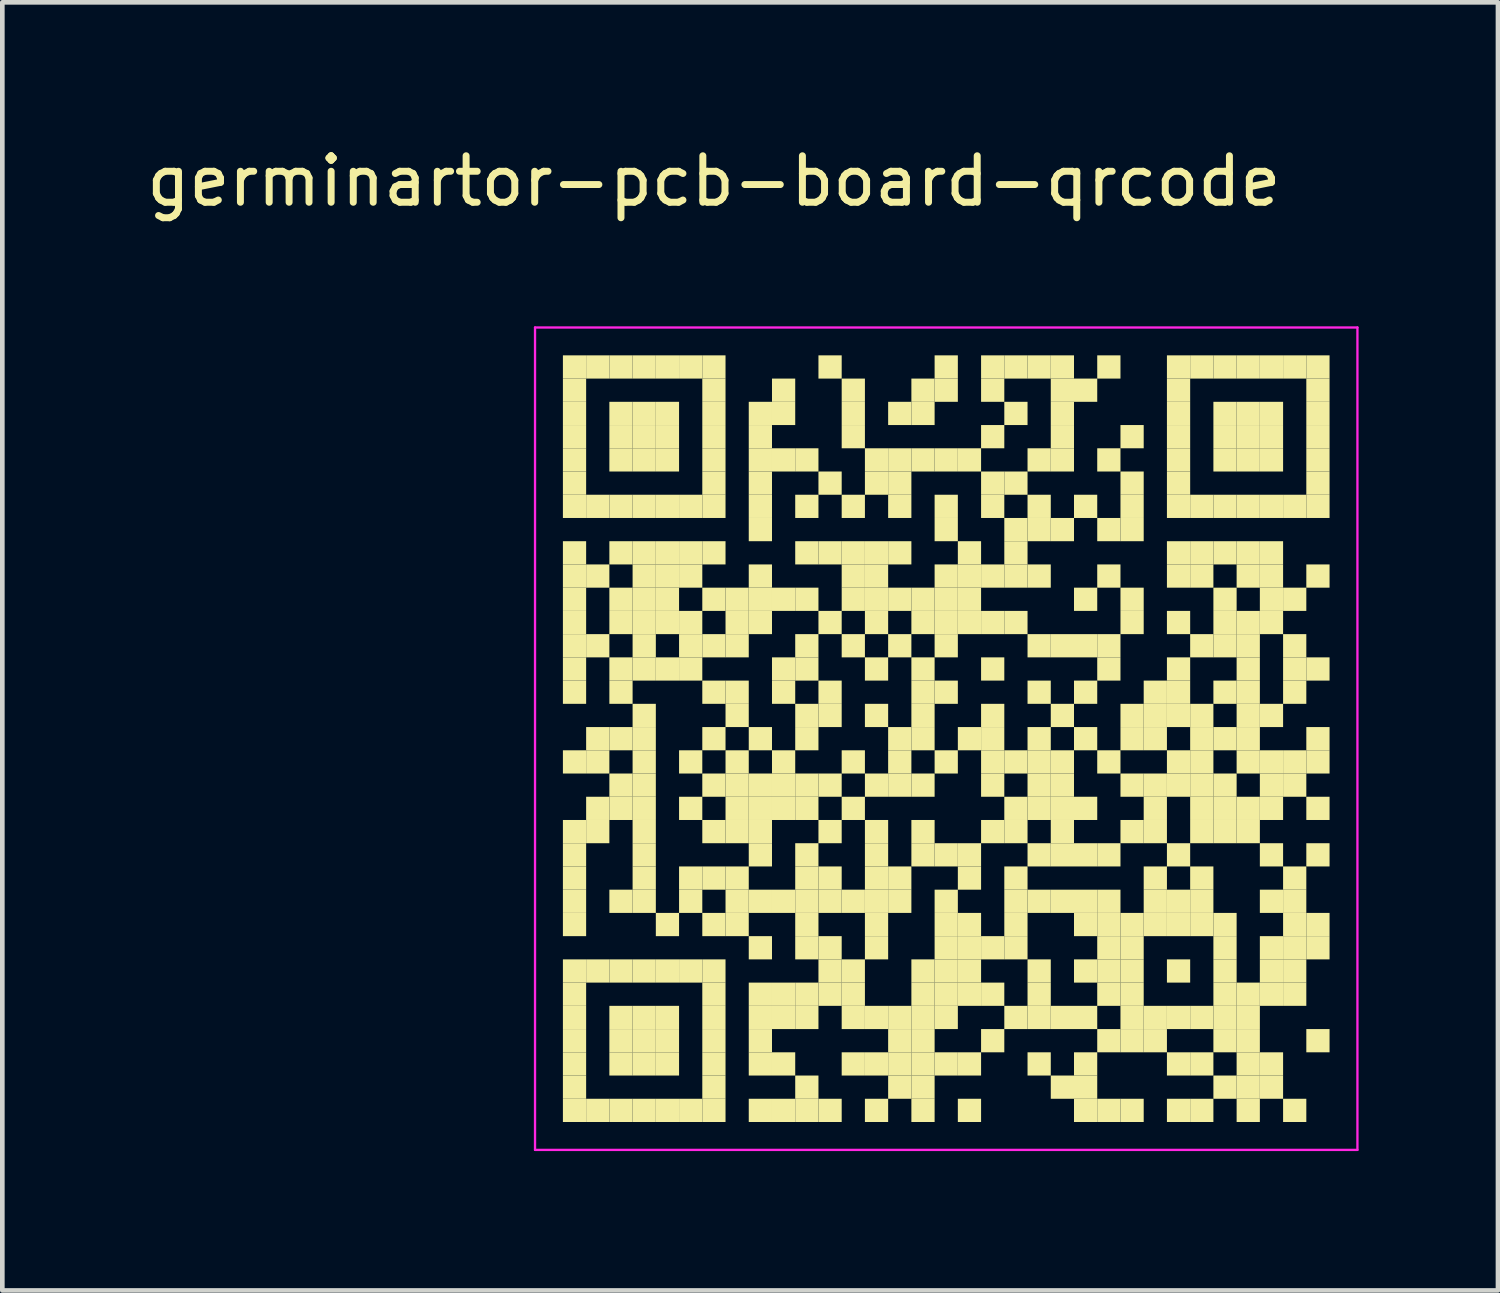
<source format=kicad_pcb>
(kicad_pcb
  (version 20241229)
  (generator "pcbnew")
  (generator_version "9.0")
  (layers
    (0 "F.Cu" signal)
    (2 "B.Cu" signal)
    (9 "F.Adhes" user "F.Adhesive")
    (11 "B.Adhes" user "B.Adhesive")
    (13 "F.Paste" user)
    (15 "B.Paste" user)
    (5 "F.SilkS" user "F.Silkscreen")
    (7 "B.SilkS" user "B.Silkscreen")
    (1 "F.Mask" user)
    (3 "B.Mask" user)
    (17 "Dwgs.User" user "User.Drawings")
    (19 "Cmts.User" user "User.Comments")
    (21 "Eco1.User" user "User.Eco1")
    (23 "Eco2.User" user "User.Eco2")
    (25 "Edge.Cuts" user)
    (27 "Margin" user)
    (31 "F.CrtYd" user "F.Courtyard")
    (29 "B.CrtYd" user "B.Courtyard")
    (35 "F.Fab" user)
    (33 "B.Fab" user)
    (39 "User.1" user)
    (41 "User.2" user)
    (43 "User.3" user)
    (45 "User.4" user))
  (footprint "germinartor-pcb-board-qrcode"
    (layer "F.Cu")
    (at 17.315 12.848)
    (property "Reference" "germinartor-pcb-board-qrcode" (at -5 -12 0) (layer "F.SilkS") (effects (font (size 1 1) (thickness 0.15))))
    (fp_rect (start -8.25 -8.25) (end -7.75 -7.75) (stroke (width 0) (type default)) (fill yes) (layer "F.SilkS"))
    (fp_rect (start -8.25 -7.75) (end -7.75 -7.25) (stroke (width 0) (type default)) (fill yes) (layer "F.SilkS"))
    (fp_rect (start -8.25 -7.25) (end -7.75 -6.75) (stroke (width 0) (type default)) (fill yes) (layer "F.SilkS"))
    (fp_rect (start -8.25 -6.75) (end -7.75 -6.25) (stroke (width 0) (type default)) (fill yes) (layer "F.SilkS"))
    (fp_rect (start -8.25 -6.25) (end -7.75 -5.75) (stroke (width 0) (type default)) (fill yes) (layer "F.SilkS"))
    (fp_rect (start -8.25 -5.75) (end -7.75 -5.25) (stroke (width 0) (type default)) (fill yes) (layer "F.SilkS"))
    (fp_rect (start -8.25 -5.25) (end -7.75 -4.75) (stroke (width 0) (type default)) (fill yes) (layer "F.SilkS"))
    (fp_rect (start -8.25 -4.25) (end -7.75 -3.75) (stroke (width 0) (type default)) (fill yes) (layer "F.SilkS"))
    (fp_rect (start -8.25 -3.75) (end -7.75 -3.25) (stroke (width 0) (type default)) (fill yes) (layer "F.SilkS"))
    (fp_rect (start -8.25 -3.25) (end -7.75 -2.75) (stroke (width 0) (type default)) (fill yes) (layer "F.SilkS"))
    (fp_rect (start -8.25 -2.75) (end -7.75 -2.25) (stroke (width 0) (type default)) (fill yes) (layer "F.SilkS"))
    (fp_rect (start -8.25 -2.25) (end -7.75 -1.75) (stroke (width 0) (type default)) (fill yes) (layer "F.SilkS"))
    (fp_rect (start -8.25 -1.75) (end -7.75 -1.25) (stroke (width 0) (type default)) (fill yes) (layer "F.SilkS"))
    (fp_rect (start -8.25 -1.25) (end -7.75 -0.75) (stroke (width 0) (type default)) (fill yes) (layer "F.SilkS"))
    (fp_rect (start -8.25 0.25) (end -7.75 0.75) (stroke (width 0) (type default)) (fill yes) (layer "F.SilkS"))
    (fp_rect (start -8.25 1.75) (end -7.75 2.25) (stroke (width 0) (type default)) (fill yes) (layer "F.SilkS"))
    (fp_rect (start -8.25 2.25) (end -7.75 2.75) (stroke (width 0) (type default)) (fill yes) (layer "F.SilkS"))
    (fp_rect (start -8.25 2.75) (end -7.75 3.25) (stroke (width 0) (type default)) (fill yes) (layer "F.SilkS"))
    (fp_rect (start -8.25 3.25) (end -7.75 3.75) (stroke (width 0) (type default)) (fill yes) (layer "F.SilkS"))
    (fp_rect (start -8.25 3.75) (end -7.75 4.25) (stroke (width 0) (type default)) (fill yes) (layer "F.SilkS"))
    (fp_rect (start -8.25 4.75) (end -7.75 5.25) (stroke (width 0) (type default)) (fill yes) (layer "F.SilkS"))
    (fp_rect (start -8.25 5.25) (end -7.75 5.75) (stroke (width 0) (type default)) (fill yes) (layer "F.SilkS"))
    (fp_rect (start -8.25 5.75) (end -7.75 6.25) (stroke (width 0) (type default)) (fill yes) (layer "F.SilkS"))
    (fp_rect (start -8.25 6.25) (end -7.75 6.75) (stroke (width 0) (type default)) (fill yes) (layer "F.SilkS"))
    (fp_rect (start -8.25 6.75) (end -7.75 7.25) (stroke (width 0) (type default)) (fill yes) (layer "F.SilkS"))
    (fp_rect (start -8.25 7.25) (end -7.75 7.75) (stroke (width 0) (type default)) (fill yes) (layer "F.SilkS"))
    (fp_rect (start -8.25 7.75) (end -7.75 8.25) (stroke (width 0) (type default)) (fill yes) (layer "F.SilkS"))
    (fp_rect (start -7.75 -8.25) (end -7.25 -7.75) (stroke (width 0) (type default)) (fill yes) (layer "F.SilkS"))
    (fp_rect (start -7.75 -5.25) (end -7.25 -4.75) (stroke (width 0) (type default)) (fill yes) (layer "F.SilkS"))
    (fp_rect (start -7.75 -3.75) (end -7.25 -3.25) (stroke (width 0) (type default)) (fill yes) (layer "F.SilkS"))
    (fp_rect (start -7.75 -2.25) (end -7.25 -1.75) (stroke (width 0) (type default)) (fill yes) (layer "F.SilkS"))
    (fp_rect (start -7.75 -0.25) (end -7.25 0.25) (stroke (width 0) (type default)) (fill yes) (layer "F.SilkS"))
    (fp_rect (start -7.75 0.25) (end -7.25 0.75) (stroke (width 0) (type default)) (fill yes) (layer "F.SilkS"))
    (fp_rect (start -7.75 1.25) (end -7.25 1.75) (stroke (width 0) (type default)) (fill yes) (layer "F.SilkS"))
    (fp_rect (start -7.75 1.75) (end -7.25 2.25) (stroke (width 0) (type default)) (fill yes) (layer "F.SilkS"))
    (fp_rect (start -7.75 4.75) (end -7.25 5.25) (stroke (width 0) (type default)) (fill yes) (layer "F.SilkS"))
    (fp_rect (start -7.75 7.75) (end -7.25 8.25) (stroke (width 0) (type default)) (fill yes) (layer "F.SilkS"))
    (fp_rect (start -7.25 -8.25) (end -6.75 -7.75) (stroke (width 0) (type default)) (fill yes) (layer "F.SilkS"))
    (fp_rect (start -7.25 -7.25) (end -6.75 -6.75) (stroke (width 0) (type default)) (fill yes) (layer "F.SilkS"))
    (fp_rect (start -7.25 -6.75) (end -6.75 -6.25) (stroke (width 0) (type default)) (fill yes) (layer "F.SilkS"))
    (fp_rect (start -7.25 -6.25) (end -6.75 -5.75) (stroke (width 0) (type default)) (fill yes) (layer "F.SilkS"))
    (fp_rect (start -7.25 -5.25) (end -6.75 -4.75) (stroke (width 0) (type default)) (fill yes) (layer "F.SilkS"))
    (fp_rect (start -7.25 -4.25) (end -6.75 -3.75) (stroke (width 0) (type default)) (fill yes) (layer "F.SilkS"))
    (fp_rect (start -7.25 -3.25) (end -6.75 -2.75) (stroke (width 0) (type default)) (fill yes) (layer "F.SilkS"))
    (fp_rect (start -7.25 -2.75) (end -6.75 -2.25) (stroke (width 0) (type default)) (fill yes) (layer "F.SilkS"))
    (fp_rect (start -7.25 -1.75) (end -6.75 -1.25) (stroke (width 0) (type default)) (fill yes) (layer "F.SilkS"))
    (fp_rect (start -7.25 -1.25) (end -6.75 -0.75) (stroke (width 0) (type default)) (fill yes) (layer "F.SilkS"))
    (fp_rect (start -7.25 -0.25) (end -6.75 0.25) (stroke (width 0) (type default)) (fill yes) (layer "F.SilkS"))
    (fp_rect (start -7.25 0.75) (end -6.75 1.25) (stroke (width 0) (type default)) (fill yes) (layer "F.SilkS"))
    (fp_rect (start -7.25 1.25) (end -6.75 1.75) (stroke (width 0) (type default)) (fill yes) (layer "F.SilkS"))
    (fp_rect (start -7.25 3.25) (end -6.75 3.75) (stroke (width 0) (type default)) (fill yes) (layer "F.SilkS"))
    (fp_rect (start -7.25 4.75) (end -6.75 5.25) (stroke (width 0) (type default)) (fill yes) (layer "F.SilkS"))
    (fp_rect (start -7.25 5.75) (end -6.75 6.25) (stroke (width 0) (type default)) (fill yes) (layer "F.SilkS"))
    (fp_rect (start -7.25 6.25) (end -6.75 6.75) (stroke (width 0) (type default)) (fill yes) (layer "F.SilkS"))
    (fp_rect (start -7.25 6.75) (end -6.75 7.25) (stroke (width 0) (type default)) (fill yes) (layer "F.SilkS"))
    (fp_rect (start -7.25 7.75) (end -6.75 8.25) (stroke (width 0) (type default)) (fill yes) (layer "F.SilkS"))
    (fp_rect (start -6.75 -8.25) (end -6.25 -7.75) (stroke (width 0) (type default)) (fill yes) (layer "F.SilkS"))
    (fp_rect (start -6.75 -7.25) (end -6.25 -6.75) (stroke (width 0) (type default)) (fill yes) (layer "F.SilkS"))
    (fp_rect (start -6.75 -6.75) (end -6.25 -6.25) (stroke (width 0) (type default)) (fill yes) (layer "F.SilkS"))
    (fp_rect (start -6.75 -6.25) (end -6.25 -5.75) (stroke (width 0) (type default)) (fill yes) (layer "F.SilkS"))
    (fp_rect (start -6.75 -5.25) (end -6.25 -4.75) (stroke (width 0) (type default)) (fill yes) (layer "F.SilkS"))
    (fp_rect (start -6.75 -4.25) (end -6.25 -3.75) (stroke (width 0) (type default)) (fill yes) (layer "F.SilkS"))
    (fp_rect (start -6.75 -3.75) (end -6.25 -3.25) (stroke (width 0) (type default)) (fill yes) (layer "F.SilkS"))
    (fp_rect (start -6.75 -3.25) (end -6.25 -2.75) (stroke (width 0) (type default)) (fill yes) (layer "F.SilkS"))
    (fp_rect (start -6.75 -2.75) (end -6.25 -2.25) (stroke (width 0) (type default)) (fill yes) (layer "F.SilkS"))
    (fp_rect (start -6.75 -2.25) (end -6.25 -1.75) (stroke (width 0) (type default)) (fill yes) (layer "F.SilkS"))
    (fp_rect (start -6.75 -1.75) (end -6.25 -1.25) (stroke (width 0) (type default)) (fill yes) (layer "F.SilkS"))
    (fp_rect (start -6.75 -0.75) (end -6.25 -0.25) (stroke (width 0) (type default)) (fill yes) (layer "F.SilkS"))
    (fp_rect (start -6.75 -0.25) (end -6.25 0.25) (stroke (width 0) (type default)) (fill yes) (layer "F.SilkS"))
    (fp_rect (start -6.75 0.25) (end -6.25 0.75) (stroke (width 0) (type default)) (fill yes) (layer "F.SilkS"))
    (fp_rect (start -6.75 0.75) (end -6.25 1.25) (stroke (width 0) (type default)) (fill yes) (layer "F.SilkS"))
    (fp_rect (start -6.75 1.25) (end -6.25 1.75) (stroke (width 0) (type default)) (fill yes) (layer "F.SilkS"))
    (fp_rect (start -6.75 1.75) (end -6.25 2.25) (stroke (width 0) (type default)) (fill yes) (layer "F.SilkS"))
    (fp_rect (start -6.75 2.25) (end -6.25 2.75) (stroke (width 0) (type default)) (fill yes) (layer "F.SilkS"))
    (fp_rect (start -6.75 2.75) (end -6.25 3.25) (stroke (width 0) (type default)) (fill yes) (layer "F.SilkS"))
    (fp_rect (start -6.75 3.25) (end -6.25 3.75) (stroke (width 0) (type default)) (fill yes) (layer "F.SilkS"))
    (fp_rect (start -6.75 4.75) (end -6.25 5.25) (stroke (width 0) (type default)) (fill yes) (layer "F.SilkS"))
    (fp_rect (start -6.75 5.75) (end -6.25 6.25) (stroke (width 0) (type default)) (fill yes) (layer "F.SilkS"))
    (fp_rect (start -6.75 6.25) (end -6.25 6.75) (stroke (width 0) (type default)) (fill yes) (layer "F.SilkS"))
    (fp_rect (start -6.75 6.75) (end -6.25 7.25) (stroke (width 0) (type default)) (fill yes) (layer "F.SilkS"))
    (fp_rect (start -6.75 7.75) (end -6.25 8.25) (stroke (width 0) (type default)) (fill yes) (layer "F.SilkS"))
    (fp_rect (start -6.25 -8.25) (end -5.75 -7.75) (stroke (width 0) (type default)) (fill yes) (layer "F.SilkS"))
    (fp_rect (start -6.25 -7.25) (end -5.75 -6.75) (stroke (width 0) (type default)) (fill yes) (layer "F.SilkS"))
    (fp_rect (start -6.25 -6.75) (end -5.75 -6.25) (stroke (width 0) (type default)) (fill yes) (layer "F.SilkS"))
    (fp_rect (start -6.25 -6.25) (end -5.75 -5.75) (stroke (width 0) (type default)) (fill yes) (layer "F.SilkS"))
    (fp_rect (start -6.25 -5.25) (end -5.75 -4.75) (stroke (width 0) (type default)) (fill yes) (layer "F.SilkS"))
    (fp_rect (start -6.25 -4.25) (end -5.75 -3.75) (stroke (width 0) (type default)) (fill yes) (layer "F.SilkS"))
    (fp_rect (start -6.25 -3.75) (end -5.75 -3.25) (stroke (width 0) (type default)) (fill yes) (layer "F.SilkS"))
    (fp_rect (start -6.25 -3.25) (end -5.75 -2.75) (stroke (width 0) (type default)) (fill yes) (layer "F.SilkS"))
    (fp_rect (start -6.25 -2.75) (end -5.75 -2.25) (stroke (width 0) (type default)) (fill yes) (layer "F.SilkS"))
    (fp_rect (start -6.25 -1.75) (end -5.75 -1.25) (stroke (width 0) (type default)) (fill yes) (layer "F.SilkS"))
    (fp_rect (start -6.25 3.75) (end -5.75 4.25) (stroke (width 0) (type default)) (fill yes) (layer "F.SilkS"))
    (fp_rect (start -6.25 4.75) (end -5.75 5.25) (stroke (width 0) (type default)) (fill yes) (layer "F.SilkS"))
    (fp_rect (start -6.25 5.75) (end -5.75 6.25) (stroke (width 0) (type default)) (fill yes) (layer "F.SilkS"))
    (fp_rect (start -6.25 6.25) (end -5.75 6.75) (stroke (width 0) (type default)) (fill yes) (layer "F.SilkS"))
    (fp_rect (start -6.25 6.75) (end -5.75 7.25) (stroke (width 0) (type default)) (fill yes) (layer "F.SilkS"))
    (fp_rect (start -6.25 7.75) (end -5.75 8.25) (stroke (width 0) (type default)) (fill yes) (layer "F.SilkS"))
    (fp_rect (start -5.75 -8.25) (end -5.25 -7.75) (stroke (width 0) (type default)) (fill yes) (layer "F.SilkS"))
    (fp_rect (start -5.75 -5.25) (end -5.25 -4.75) (stroke (width 0) (type default)) (fill yes) (layer "F.SilkS"))
    (fp_rect (start -5.75 -4.25) (end -5.25 -3.75) (stroke (width 0) (type default)) (fill yes) (layer "F.SilkS"))
    (fp_rect (start -5.75 -3.75) (end -5.25 -3.25) (stroke (width 0) (type default)) (fill yes) (layer "F.SilkS"))
    (fp_rect (start -5.75 -2.75) (end -5.25 -2.25) (stroke (width 0) (type default)) (fill yes) (layer "F.SilkS"))
    (fp_rect (start -5.75 -2.25) (end -5.25 -1.75) (stroke (width 0) (type default)) (fill yes) (layer "F.SilkS"))
    (fp_rect (start -5.75 -1.75) (end -5.25 -1.25) (stroke (width 0) (type default)) (fill yes) (layer "F.SilkS"))
    (fp_rect (start -5.75 0.25) (end -5.25 0.75) (stroke (width 0) (type default)) (fill yes) (layer "F.SilkS"))
    (fp_rect (start -5.75 1.25) (end -5.25 1.75) (stroke (width 0) (type default)) (fill yes) (layer "F.SilkS"))
    (fp_rect (start -5.75 2.75) (end -5.25 3.25) (stroke (width 0) (type default)) (fill yes) (layer "F.SilkS"))
    (fp_rect (start -5.75 3.25) (end -5.25 3.75) (stroke (width 0) (type default)) (fill yes) (layer "F.SilkS"))
    (fp_rect (start -5.75 4.75) (end -5.25 5.25) (stroke (width 0) (type default)) (fill yes) (layer "F.SilkS"))
    (fp_rect (start -5.75 7.75) (end -5.25 8.25) (stroke (width 0) (type default)) (fill yes) (layer "F.SilkS"))
    (fp_rect (start -5.25 -8.25) (end -4.75 -7.75) (stroke (width 0) (type default)) (fill yes) (layer "F.SilkS"))
    (fp_rect (start -5.25 -7.75) (end -4.75 -7.25) (stroke (width 0) (type default)) (fill yes) (layer "F.SilkS"))
    (fp_rect (start -5.25 -7.25) (end -4.75 -6.75) (stroke (width 0) (type default)) (fill yes) (layer "F.SilkS"))
    (fp_rect (start -5.25 -6.75) (end -4.75 -6.25) (stroke (width 0) (type default)) (fill yes) (layer "F.SilkS"))
    (fp_rect (start -5.25 -6.25) (end -4.75 -5.75) (stroke (width 0) (type default)) (fill yes) (layer "F.SilkS"))
    (fp_rect (start -5.25 -5.75) (end -4.75 -5.25) (stroke (width 0) (type default)) (fill yes) (layer "F.SilkS"))
    (fp_rect (start -5.25 -5.25) (end -4.75 -4.75) (stroke (width 0) (type default)) (fill yes) (layer "F.SilkS"))
    (fp_rect (start -5.25 -4.25) (end -4.75 -3.75) (stroke (width 0) (type default)) (fill yes) (layer "F.SilkS"))
    (fp_rect (start -5.25 -3.25) (end -4.75 -2.75) (stroke (width 0) (type default)) (fill yes) (layer "F.SilkS"))
    (fp_rect (start -5.25 -2.25) (end -4.75 -1.75) (stroke (width 0) (type default)) (fill yes) (layer "F.SilkS"))
    (fp_rect (start -5.25 -1.25) (end -4.75 -0.75) (stroke (width 0) (type default)) (fill yes) (layer "F.SilkS"))
    (fp_rect (start -5.25 -0.25) (end -4.75 0.25) (stroke (width 0) (type default)) (fill yes) (layer "F.SilkS"))
    (fp_rect (start -5.25 0.75) (end -4.75 1.25) (stroke (width 0) (type default)) (fill yes) (layer "F.SilkS"))
    (fp_rect (start -5.25 1.75) (end -4.75 2.25) (stroke (width 0) (type default)) (fill yes) (layer "F.SilkS"))
    (fp_rect (start -5.25 2.75) (end -4.75 3.25) (stroke (width 0) (type default)) (fill yes) (layer "F.SilkS"))
    (fp_rect (start -5.25 3.75) (end -4.75 4.25) (stroke (width 0) (type default)) (fill yes) (layer "F.SilkS"))
    (fp_rect (start -5.25 4.75) (end -4.75 5.25) (stroke (width 0) (type default)) (fill yes) (layer "F.SilkS"))
    (fp_rect (start -5.25 5.25) (end -4.75 5.75) (stroke (width 0) (type default)) (fill yes) (layer "F.SilkS"))
    (fp_rect (start -5.25 5.75) (end -4.75 6.25) (stroke (width 0) (type default)) (fill yes) (layer "F.SilkS"))
    (fp_rect (start -5.25 6.25) (end -4.75 6.75) (stroke (width 0) (type default)) (fill yes) (layer "F.SilkS"))
    (fp_rect (start -5.25 6.75) (end -4.75 7.25) (stroke (width 0) (type default)) (fill yes) (layer "F.SilkS"))
    (fp_rect (start -5.25 7.25) (end -4.75 7.75) (stroke (width 0) (type default)) (fill yes) (layer "F.SilkS"))
    (fp_rect (start -5.25 7.75) (end -4.75 8.25) (stroke (width 0) (type default)) (fill yes) (layer "F.SilkS"))
    (fp_rect (start -4.75 -3.25) (end -4.25 -2.75) (stroke (width 0) (type default)) (fill yes) (layer "F.SilkS"))
    (fp_rect (start -4.75 -2.75) (end -4.25 -2.25) (stroke (width 0) (type default)) (fill yes) (layer "F.SilkS"))
    (fp_rect (start -4.75 -2.25) (end -4.25 -1.75) (stroke (width 0) (type default)) (fill yes) (layer "F.SilkS"))
    (fp_rect (start -4.75 -1.25) (end -4.25 -0.75) (stroke (width 0) (type default)) (fill yes) (layer "F.SilkS"))
    (fp_rect (start -4.75 -0.75) (end -4.25 -0.25) (stroke (width 0) (type default)) (fill yes) (layer "F.SilkS"))
    (fp_rect (start -4.75 0.25) (end -4.25 0.75) (stroke (width 0) (type default)) (fill yes) (layer "F.SilkS"))
    (fp_rect (start -4.75 0.75) (end -4.25 1.25) (stroke (width 0) (type default)) (fill yes) (layer "F.SilkS"))
    (fp_rect (start -4.75 1.25) (end -4.25 1.75) (stroke (width 0) (type default)) (fill yes) (layer "F.SilkS"))
    (fp_rect (start -4.75 1.75) (end -4.25 2.25) (stroke (width 0) (type default)) (fill yes) (layer "F.SilkS"))
    (fp_rect (start -4.75 2.75) (end -4.25 3.25) (stroke (width 0) (type default)) (fill yes) (layer "F.SilkS"))
    (fp_rect (start -4.75 3.25) (end -4.25 3.75) (stroke (width 0) (type default)) (fill yes) (layer "F.SilkS"))
    (fp_rect (start -4.75 3.75) (end -4.25 4.25) (stroke (width 0) (type default)) (fill yes) (layer "F.SilkS"))
    (fp_rect (start -4.25 -7.25) (end -3.75 -6.75) (stroke (width 0) (type default)) (fill yes) (layer "F.SilkS"))
    (fp_rect (start -4.25 -6.75) (end -3.75 -6.25) (stroke (width 0) (type default)) (fill yes) (layer "F.SilkS"))
    (fp_rect (start -4.25 -6.25) (end -3.75 -5.75) (stroke (width 0) (type default)) (fill yes) (layer "F.SilkS"))
    (fp_rect (start -4.25 -5.75) (end -3.75 -5.25) (stroke (width 0) (type default)) (fill yes) (layer "F.SilkS"))
    (fp_rect (start -4.25 -5.25) (end -3.75 -4.75) (stroke (width 0) (type default)) (fill yes) (layer "F.SilkS"))
    (fp_rect (start -4.25 -4.75) (end -3.75 -4.25) (stroke (width 0) (type default)) (fill yes) (layer "F.SilkS"))
    (fp_rect (start -4.25 -3.75) (end -3.75 -3.25) (stroke (width 0) (type default)) (fill yes) (layer "F.SilkS"))
    (fp_rect (start -4.25 -3.25) (end -3.75 -2.75) (stroke (width 0) (type default)) (fill yes) (layer "F.SilkS"))
    (fp_rect (start -4.25 -2.75) (end -3.75 -2.25) (stroke (width 0) (type default)) (fill yes) (layer "F.SilkS"))
    (fp_rect (start -4.25 -0.25) (end -3.75 0.25) (stroke (width 0) (type default)) (fill yes) (layer "F.SilkS"))
    (fp_rect (start -4.25 0.75) (end -3.75 1.25) (stroke (width 0) (type default)) (fill yes) (layer "F.SilkS"))
    (fp_rect (start -4.25 1.25) (end -3.75 1.75) (stroke (width 0) (type default)) (fill yes) (layer "F.SilkS"))
    (fp_rect (start -4.25 1.75) (end -3.75 2.25) (stroke (width 0) (type default)) (fill yes) (layer "F.SilkS"))
    (fp_rect (start -4.25 2.25) (end -3.75 2.75) (stroke (width 0) (type default)) (fill yes) (layer "F.SilkS"))
    (fp_rect (start -4.25 3.25) (end -3.75 3.75) (stroke (width 0) (type default)) (fill yes) (layer "F.SilkS"))
    (fp_rect (start -4.25 4.25) (end -3.75 4.75) (stroke (width 0) (type default)) (fill yes) (layer "F.SilkS"))
    (fp_rect (start -4.25 5.25) (end -3.75 5.75) (stroke (width 0) (type default)) (fill yes) (layer "F.SilkS"))
    (fp_rect (start -4.25 5.75) (end -3.75 6.25) (stroke (width 0) (type default)) (fill yes) (layer "F.SilkS"))
    (fp_rect (start -4.25 6.25) (end -3.75 6.75) (stroke (width 0) (type default)) (fill yes) (layer "F.SilkS"))
    (fp_rect (start -4.25 6.75) (end -3.75 7.25) (stroke (width 0) (type default)) (fill yes) (layer "F.SilkS"))
    (fp_rect (start -4.25 7.75) (end -3.75 8.25) (stroke (width 0) (type default)) (fill yes) (layer "F.SilkS"))
    (fp_rect (start -3.75 -7.75) (end -3.25 -7.25) (stroke (width 0) (type default)) (fill yes) (layer "F.SilkS"))
    (fp_rect (start -3.75 -7.25) (end -3.25 -6.75) (stroke (width 0) (type default)) (fill yes) (layer "F.SilkS"))
    (fp_rect (start -3.75 -6.25) (end -3.25 -5.75) (stroke (width 0) (type default)) (fill yes) (layer "F.SilkS"))
    (fp_rect (start -3.75 -3.25) (end -3.25 -2.75) (stroke (width 0) (type default)) (fill yes) (layer "F.SilkS"))
    (fp_rect (start -3.75 -1.75) (end -3.25 -1.25) (stroke (width 0) (type default)) (fill yes) (layer "F.SilkS"))
    (fp_rect (start -3.75 -1.25) (end -3.25 -0.75) (stroke (width 0) (type default)) (fill yes) (layer "F.SilkS"))
    (fp_rect (start -3.75 0.25) (end -3.25 0.75) (stroke (width 0) (type default)) (fill yes) (layer "F.SilkS"))
    (fp_rect (start -3.75 0.75) (end -3.25 1.25) (stroke (width 0) (type default)) (fill yes) (layer "F.SilkS"))
    (fp_rect (start -3.75 1.25) (end -3.25 1.75) (stroke (width 0) (type default)) (fill yes) (layer "F.SilkS"))
    (fp_rect (start -3.75 3.25) (end -3.25 3.75) (stroke (width 0) (type default)) (fill yes) (layer "F.SilkS"))
    (fp_rect (start -3.75 5.25) (end -3.25 5.75) (stroke (width 0) (type default)) (fill yes) (layer "F.SilkS"))
    (fp_rect (start -3.75 5.75) (end -3.25 6.25) (stroke (width 0) (type default)) (fill yes) (layer "F.SilkS"))
    (fp_rect (start -3.75 6.75) (end -3.25 7.25) (stroke (width 0) (type default)) (fill yes) (layer "F.SilkS"))
    (fp_rect (start -3.75 7.75) (end -3.25 8.25) (stroke (width 0) (type default)) (fill yes) (layer "F.SilkS"))
    (fp_rect (start -3.25 -6.25) (end -2.75 -5.75) (stroke (width 0) (type default)) (fill yes) (layer "F.SilkS"))
    (fp_rect (start -3.25 -5.25) (end -2.75 -4.75) (stroke (width 0) (type default)) (fill yes) (layer "F.SilkS"))
    (fp_rect (start -3.25 -4.25) (end -2.75 -3.75) (stroke (width 0) (type default)) (fill yes) (layer "F.SilkS"))
    (fp_rect (start -3.25 -3.25) (end -2.75 -2.75) (stroke (width 0) (type default)) (fill yes) (layer "F.SilkS"))
    (fp_rect (start -3.25 -2.25) (end -2.75 -1.75) (stroke (width 0) (type default)) (fill yes) (layer "F.SilkS"))
    (fp_rect (start -3.25 -1.75) (end -2.75 -1.25) (stroke (width 0) (type default)) (fill yes) (layer "F.SilkS"))
    (fp_rect (start -3.25 -0.75) (end -2.75 -0.25) (stroke (width 0) (type default)) (fill yes) (layer "F.SilkS"))
    (fp_rect (start -3.25 -0.25) (end -2.75 0.25) (stroke (width 0) (type default)) (fill yes) (layer "F.SilkS"))
    (fp_rect (start -3.25 0.75) (end -2.75 1.25) (stroke (width 0) (type default)) (fill yes) (layer "F.SilkS"))
    (fp_rect (start -3.25 1.25) (end -2.75 1.75) (stroke (width 0) (type default)) (fill yes) (layer "F.SilkS"))
    (fp_rect (start -3.25 2.25) (end -2.75 2.75) (stroke (width 0) (type default)) (fill yes) (layer "F.SilkS"))
    (fp_rect (start -3.25 2.75) (end -2.75 3.25) (stroke (width 0) (type default)) (fill yes) (layer "F.SilkS"))
    (fp_rect (start -3.25 3.25) (end -2.75 3.75) (stroke (width 0) (type default)) (fill yes) (layer "F.SilkS"))
    (fp_rect (start -3.25 3.75) (end -2.75 4.25) (stroke (width 0) (type default)) (fill yes) (layer "F.SilkS"))
    (fp_rect (start -3.25 4.25) (end -2.75 4.75) (stroke (width 0) (type default)) (fill yes) (layer "F.SilkS"))
    (fp_rect (start -3.25 5.25) (end -2.75 5.75) (stroke (width 0) (type default)) (fill yes) (layer "F.SilkS"))
    (fp_rect (start -3.25 5.75) (end -2.75 6.25) (stroke (width 0) (type default)) (fill yes) (layer "F.SilkS"))
    (fp_rect (start -3.25 7.25) (end -2.75 7.75) (stroke (width 0) (type default)) (fill yes) (layer "F.SilkS"))
    (fp_rect (start -3.25 7.75) (end -2.75 8.25) (stroke (width 0) (type default)) (fill yes) (layer "F.SilkS"))
    (fp_rect (start -2.75 -8.25) (end -2.25 -7.75) (stroke (width 0) (type default)) (fill yes) (layer "F.SilkS"))
    (fp_rect (start -2.75 -5.75) (end -2.25 -5.25) (stroke (width 0) (type default)) (fill yes) (layer "F.SilkS"))
    (fp_rect (start -2.75 -4.25) (end -2.25 -3.75) (stroke (width 0) (type default)) (fill yes) (layer "F.SilkS"))
    (fp_rect (start -2.75 -2.75) (end -2.25 -2.25) (stroke (width 0) (type default)) (fill yes) (layer "F.SilkS"))
    (fp_rect (start -2.75 -1.25) (end -2.25 -0.75) (stroke (width 0) (type default)) (fill yes) (layer "F.SilkS"))
    (fp_rect (start -2.75 -0.75) (end -2.25 -0.25) (stroke (width 0) (type default)) (fill yes) (layer "F.SilkS"))
    (fp_rect (start -2.75 0.75) (end -2.25 1.25) (stroke (width 0) (type default)) (fill yes) (layer "F.SilkS"))
    (fp_rect (start -2.75 1.75) (end -2.25 2.25) (stroke (width 0) (type default)) (fill yes) (layer "F.SilkS"))
    (fp_rect (start -2.75 2.75) (end -2.25 3.25) (stroke (width 0) (type default)) (fill yes) (layer "F.SilkS"))
    (fp_rect (start -2.75 3.25) (end -2.25 3.75) (stroke (width 0) (type default)) (fill yes) (layer "F.SilkS"))
    (fp_rect (start -2.75 4.25) (end -2.25 4.75) (stroke (width 0) (type default)) (fill yes) (layer "F.SilkS"))
    (fp_rect (start -2.75 4.75) (end -2.25 5.25) (stroke (width 0) (type default)) (fill yes) (layer "F.SilkS"))
    (fp_rect (start -2.75 5.25) (end -2.25 5.75) (stroke (width 0) (type default)) (fill yes) (layer "F.SilkS"))
    (fp_rect (start -2.75 7.75) (end -2.25 8.25) (stroke (width 0) (type default)) (fill yes) (layer "F.SilkS"))
    (fp_rect (start -2.25 -7.75) (end -1.75 -7.25) (stroke (width 0) (type default)) (fill yes) (layer "F.SilkS"))
    (fp_rect (start -2.25 -7.25) (end -1.75 -6.75) (stroke (width 0) (type default)) (fill yes) (layer "F.SilkS"))
    (fp_rect (start -2.25 -6.75) (end -1.75 -6.25) (stroke (width 0) (type default)) (fill yes) (layer "F.SilkS"))
    (fp_rect (start -2.25 -5.25) (end -1.75 -4.75) (stroke (width 0) (type default)) (fill yes) (layer "F.SilkS"))
    (fp_rect (start -2.25 -4.25) (end -1.75 -3.75) (stroke (width 0) (type default)) (fill yes) (layer "F.SilkS"))
    (fp_rect (start -2.25 -3.75) (end -1.75 -3.25) (stroke (width 0) (type default)) (fill yes) (layer "F.SilkS"))
    (fp_rect (start -2.25 -3.25) (end -1.75 -2.75) (stroke (width 0) (type default)) (fill yes) (layer "F.SilkS"))
    (fp_rect (start -2.25 -2.25) (end -1.75 -1.75) (stroke (width 0) (type default)) (fill yes) (layer "F.SilkS"))
    (fp_rect (start -2.25 0.25) (end -1.75 0.75) (stroke (width 0) (type default)) (fill yes) (layer "F.SilkS"))
    (fp_rect (start -2.25 1.25) (end -1.75 1.75) (stroke (width 0) (type default)) (fill yes) (layer "F.SilkS"))
    (fp_rect (start -2.25 3.25) (end -1.75 3.75) (stroke (width 0) (type default)) (fill yes) (layer "F.SilkS"))
    (fp_rect (start -2.25 4.75) (end -1.75 5.25) (stroke (width 0) (type default)) (fill yes) (layer "F.SilkS"))
    (fp_rect (start -2.25 5.25) (end -1.75 5.75) (stroke (width 0) (type default)) (fill yes) (layer "F.SilkS"))
    (fp_rect (start -2.25 5.75) (end -1.75 6.25) (stroke (width 0) (type default)) (fill yes) (layer "F.SilkS"))
    (fp_rect (start -2.25 6.75) (end -1.75 7.25) (stroke (width 0) (type default)) (fill yes) (layer "F.SilkS"))
    (fp_rect (start -1.75 -6.25) (end -1.25 -5.75) (stroke (width 0) (type default)) (fill yes) (layer "F.SilkS"))
    (fp_rect (start -1.75 -5.75) (end -1.25 -5.25) (stroke (width 0) (type default)) (fill yes) (layer "F.SilkS"))
    (fp_rect (start -1.75 -4.25) (end -1.25 -3.75) (stroke (width 0) (type default)) (fill yes) (layer "F.SilkS"))
    (fp_rect (start -1.75 -3.75) (end -1.25 -3.25) (stroke (width 0) (type default)) (fill yes) (layer "F.SilkS"))
    (fp_rect (start -1.75 -3.25) (end -1.25 -2.75) (stroke (width 0) (type default)) (fill yes) (layer "F.SilkS"))
    (fp_rect (start -1.75 -2.75) (end -1.25 -2.25) (stroke (width 0) (type default)) (fill yes) (layer "F.SilkS"))
    (fp_rect (start -1.75 -1.75) (end -1.25 -1.25) (stroke (width 0) (type default)) (fill yes) (layer "F.SilkS"))
    (fp_rect (start -1.75 -0.75) (end -1.25 -0.25) (stroke (width 0) (type default)) (fill yes) (layer "F.SilkS"))
    (fp_rect (start -1.75 0.75) (end -1.25 1.25) (stroke (width 0) (type default)) (fill yes) (layer "F.SilkS"))
    (fp_rect (start -1.75 1.75) (end -1.25 2.25) (stroke (width 0) (type default)) (fill yes) (layer "F.SilkS"))
    (fp_rect (start -1.75 2.25) (end -1.25 2.75) (stroke (width 0) (type default)) (fill yes) (layer "F.SilkS"))
    (fp_rect (start -1.75 2.75) (end -1.25 3.25) (stroke (width 0) (type default)) (fill yes) (layer "F.SilkS"))
    (fp_rect (start -1.75 3.25) (end -1.25 3.75) (stroke (width 0) (type default)) (fill yes) (layer "F.SilkS"))
    (fp_rect (start -1.75 3.75) (end -1.25 4.25) (stroke (width 0) (type default)) (fill yes) (layer "F.SilkS"))
    (fp_rect (start -1.75 4.25) (end -1.25 4.75) (stroke (width 0) (type default)) (fill yes) (layer "F.SilkS"))
    (fp_rect (start -1.75 5.75) (end -1.25 6.25) (stroke (width 0) (type default)) (fill yes) (layer "F.SilkS"))
    (fp_rect (start -1.75 6.75) (end -1.25 7.25) (stroke (width 0) (type default)) (fill yes) (layer "F.SilkS"))
    (fp_rect (start -1.75 7.75) (end -1.25 8.25) (stroke (width 0) (type default)) (fill yes) (layer "F.SilkS"))
    (fp_rect (start -1.25 -7.25) (end -0.75 -6.75) (stroke (width 0) (type default)) (fill yes) (layer "F.SilkS"))
    (fp_rect (start -1.25 -6.25) (end -0.75 -5.75) (stroke (width 0) (type default)) (fill yes) (layer "F.SilkS"))
    (fp_rect (start -1.25 -5.75) (end -0.75 -5.25) (stroke (width 0) (type default)) (fill yes) (layer "F.SilkS"))
    (fp_rect (start -1.25 -5.25) (end -0.75 -4.75) (stroke (width 0) (type default)) (fill yes) (layer "F.SilkS"))
    (fp_rect (start -1.25 -4.25) (end -0.75 -3.75) (stroke (width 0) (type default)) (fill yes) (layer "F.SilkS"))
    (fp_rect (start -1.25 -3.25) (end -0.75 -2.75) (stroke (width 0) (type default)) (fill yes) (layer "F.SilkS"))
    (fp_rect (start -1.25 -2.25) (end -0.75 -1.75) (stroke (width 0) (type default)) (fill yes) (layer "F.SilkS"))
    (fp_rect (start -1.25 -0.25) (end -0.75 0.25) (stroke (width 0) (type default)) (fill yes) (layer "F.SilkS"))
    (fp_rect (start -1.25 0.25) (end -0.75 0.75) (stroke (width 0) (type default)) (fill yes) (layer "F.SilkS"))
    (fp_rect (start -1.25 0.75) (end -0.75 1.25) (stroke (width 0) (type default)) (fill yes) (layer "F.SilkS"))
    (fp_rect (start -1.25 2.75) (end -0.75 3.25) (stroke (width 0) (type default)) (fill yes) (layer "F.SilkS"))
    (fp_rect (start -1.25 3.25) (end -0.75 3.75) (stroke (width 0) (type default)) (fill yes) (layer "F.SilkS"))
    (fp_rect (start -1.25 5.75) (end -0.75 6.25) (stroke (width 0) (type default)) (fill yes) (layer "F.SilkS"))
    (fp_rect (start -1.25 6.25) (end -0.75 6.75) (stroke (width 0) (type default)) (fill yes) (layer "F.SilkS"))
    (fp_rect (start -1.25 6.75) (end -0.75 7.25) (stroke (width 0) (type default)) (fill yes) (layer "F.SilkS"))
    (fp_rect (start -1.25 7.25) (end -0.75 7.75) (stroke (width 0) (type default)) (fill yes) (layer "F.SilkS"))
    (fp_rect (start -0.75 -7.75) (end -0.25 -7.25) (stroke (width 0) (type default)) (fill yes) (layer "F.SilkS"))
    (fp_rect (start -0.75 -7.25) (end -0.25 -6.75) (stroke (width 0) (type default)) (fill yes) (layer "F.SilkS"))
    (fp_rect (start -0.75 -6.25) (end -0.25 -5.75) (stroke (width 0) (type default)) (fill yes) (layer "F.SilkS"))
    (fp_rect (start -0.75 -3.25) (end -0.25 -2.75) (stroke (width 0) (type default)) (fill yes) (layer "F.SilkS"))
    (fp_rect (start -0.75 -2.75) (end -0.25 -2.25) (stroke (width 0) (type default)) (fill yes) (layer "F.SilkS"))
    (fp_rect (start -0.75 -1.75) (end -0.25 -1.25) (stroke (width 0) (type default)) (fill yes) (layer "F.SilkS"))
    (fp_rect (start -0.75 -1.25) (end -0.25 -0.75) (stroke (width 0) (type default)) (fill yes) (layer "F.SilkS"))
    (fp_rect (start -0.75 -0.75) (end -0.25 -0.25) (stroke (width 0) (type default)) (fill yes) (layer "F.SilkS"))
    (fp_rect (start -0.75 -0.25) (end -0.25 0.25) (stroke (width 0) (type default)) (fill yes) (layer "F.SilkS"))
    (fp_rect (start -0.75 0.75) (end -0.25 1.25) (stroke (width 0) (type default)) (fill yes) (layer "F.SilkS"))
    (fp_rect (start -0.75 1.75) (end -0.25 2.25) (stroke (width 0) (type default)) (fill yes) (layer "F.SilkS"))
    (fp_rect (start -0.75 2.25) (end -0.25 2.75) (stroke (width 0) (type default)) (fill yes) (layer "F.SilkS"))
    (fp_rect (start -0.75 4.75) (end -0.25 5.25) (stroke (width 0) (type default)) (fill yes) (layer "F.SilkS"))
    (fp_rect (start -0.75 5.25) (end -0.25 5.75) (stroke (width 0) (type default)) (fill yes) (layer "F.SilkS"))
    (fp_rect (start -0.75 5.75) (end -0.25 6.25) (stroke (width 0) (type default)) (fill yes) (layer "F.SilkS"))
    (fp_rect (start -0.75 6.25) (end -0.25 6.75) (stroke (width 0) (type default)) (fill yes) (layer "F.SilkS"))
    (fp_rect (start -0.75 6.75) (end -0.25 7.25) (stroke (width 0) (type default)) (fill yes) (layer "F.SilkS"))
    (fp_rect (start -0.75 7.25) (end -0.25 7.75) (stroke (width 0) (type default)) (fill yes) (layer "F.SilkS"))
    (fp_rect (start -0.75 7.75) (end -0.25 8.25) (stroke (width 0) (type default)) (fill yes) (layer "F.SilkS"))
    (fp_rect (start -0.25 -8.25) (end 0.25 -7.75) (stroke (width 0) (type default)) (fill yes) (layer "F.SilkS"))
    (fp_rect (start -0.25 -7.75) (end 0.25 -7.25) (stroke (width 0) (type default)) (fill yes) (layer "F.SilkS"))
    (fp_rect (start -0.25 -6.25) (end 0.25 -5.75) (stroke (width 0) (type default)) (fill yes) (layer "F.SilkS"))
    (fp_rect (start -0.25 -5.25) (end 0.25 -4.75) (stroke (width 0) (type default)) (fill yes) (layer "F.SilkS"))
    (fp_rect (start -0.25 -4.75) (end 0.25 -4.25) (stroke (width 0) (type default)) (fill yes) (layer "F.SilkS"))
    (fp_rect (start -0.25 -3.75) (end 0.25 -3.25) (stroke (width 0) (type default)) (fill yes) (layer "F.SilkS"))
    (fp_rect (start -0.25 -3.25) (end 0.25 -2.75) (stroke (width 0) (type default)) (fill yes) (layer "F.SilkS"))
    (fp_rect (start -0.25 -2.75) (end 0.25 -2.25) (stroke (width 0) (type default)) (fill yes) (layer "F.SilkS"))
    (fp_rect (start -0.25 -2.25) (end 0.25 -1.75) (stroke (width 0) (type default)) (fill yes) (layer "F.SilkS"))
    (fp_rect (start -0.25 -1.25) (end 0.25 -0.75) (stroke (width 0) (type default)) (fill yes) (layer "F.SilkS"))
    (fp_rect (start -0.25 0.25) (end 0.25 0.75) (stroke (width 0) (type default)) (fill yes) (layer "F.SilkS"))
    (fp_rect (start -0.25 2.25) (end 0.25 2.75) (stroke (width 0) (type default)) (fill yes) (layer "F.SilkS"))
    (fp_rect (start -0.25 3.25) (end 0.25 3.75) (stroke (width 0) (type default)) (fill yes) (layer "F.SilkS"))
    (fp_rect (start -0.25 3.75) (end 0.25 4.25) (stroke (width 0) (type default)) (fill yes) (layer "F.SilkS"))
    (fp_rect (start -0.25 4.25) (end 0.25 4.75) (stroke (width 0) (type default)) (fill yes) (layer "F.SilkS"))
    (fp_rect (start -0.25 4.75) (end 0.25 5.25) (stroke (width 0) (type default)) (fill yes) (layer "F.SilkS"))
    (fp_rect (start -0.25 5.25) (end 0.25 5.75) (stroke (width 0) (type default)) (fill yes) (layer "F.SilkS"))
    (fp_rect (start -0.25 5.75) (end 0.25 6.25) (stroke (width 0) (type default)) (fill yes) (layer "F.SilkS"))
    (fp_rect (start -0.25 6.75) (end 0.25 7.25) (stroke (width 0) (type default)) (fill yes) (layer "F.SilkS"))
    (fp_rect (start 0.25 -6.25) (end 0.75 -5.75) (stroke (width 0) (type default)) (fill yes) (layer "F.SilkS"))
    (fp_rect (start 0.25 -4.25) (end 0.75 -3.75) (stroke (width 0) (type default)) (fill yes) (layer "F.SilkS"))
    (fp_rect (start 0.25 -3.75) (end 0.75 -3.25) (stroke (width 0) (type default)) (fill yes) (layer "F.SilkS"))
    (fp_rect (start 0.25 -3.25) (end 0.75 -2.75) (stroke (width 0) (type default)) (fill yes) (layer "F.SilkS"))
    (fp_rect (start 0.25 -2.75) (end 0.75 -2.25) (stroke (width 0) (type default)) (fill yes) (layer "F.SilkS"))
    (fp_rect (start 0.25 -0.25) (end 0.75 0.25) (stroke (width 0) (type default)) (fill yes) (layer "F.SilkS"))
    (fp_rect (start 0.25 2.25) (end 0.75 2.75) (stroke (width 0) (type default)) (fill yes) (layer "F.SilkS"))
    (fp_rect (start 0.25 2.75) (end 0.75 3.25) (stroke (width 0) (type default)) (fill yes) (layer "F.SilkS"))
    (fp_rect (start 0.25 3.75) (end 0.75 4.25) (stroke (width 0) (type default)) (fill yes) (layer "F.SilkS"))
    (fp_rect (start 0.25 4.25) (end 0.75 4.75) (stroke (width 0) (type default)) (fill yes) (layer "F.SilkS"))
    (fp_rect (start 0.25 4.75) (end 0.75 5.25) (stroke (width 0) (type default)) (fill yes) (layer "F.SilkS"))
    (fp_rect (start 0.25 5.25) (end 0.75 5.75) (stroke (width 0) (type default)) (fill yes) (layer "F.SilkS"))
    (fp_rect (start 0.25 6.75) (end 0.75 7.25) (stroke (width 0) (type default)) (fill yes) (layer "F.SilkS"))
    (fp_rect (start 0.25 7.75) (end 0.75 8.25) (stroke (width 0) (type default)) (fill yes) (layer "F.SilkS"))
    (fp_rect (start 0.75 -8.25) (end 1.25 -7.75) (stroke (width 0) (type default)) (fill yes) (layer "F.SilkS"))
    (fp_rect (start 0.75 -7.75) (end 1.25 -7.25) (stroke (width 0) (type default)) (fill yes) (layer "F.SilkS"))
    (fp_rect (start 0.75 -6.75) (end 1.25 -6.25) (stroke (width 0) (type default)) (fill yes) (layer "F.SilkS"))
    (fp_rect (start 0.75 -5.75) (end 1.25 -5.25) (stroke (width 0) (type default)) (fill yes) (layer "F.SilkS"))
    (fp_rect (start 0.75 -5.25) (end 1.25 -4.75) (stroke (width 0) (type default)) (fill yes) (layer "F.SilkS"))
    (fp_rect (start 0.75 -3.75) (end 1.25 -3.25) (stroke (width 0) (type default)) (fill yes) (layer "F.SilkS"))
    (fp_rect (start 0.75 -2.75) (end 1.25 -2.25) (stroke (width 0) (type default)) (fill yes) (layer "F.SilkS"))
    (fp_rect (start 0.75 -1.75) (end 1.25 -1.25) (stroke (width 0) (type default)) (fill yes) (layer "F.SilkS"))
    (fp_rect (start 0.75 -0.75) (end 1.25 -0.25) (stroke (width 0) (type default)) (fill yes) (layer "F.SilkS"))
    (fp_rect (start 0.75 -0.25) (end 1.25 0.25) (stroke (width 0) (type default)) (fill yes) (layer "F.SilkS"))
    (fp_rect (start 0.75 0.25) (end 1.25 0.75) (stroke (width 0) (type default)) (fill yes) (layer "F.SilkS"))
    (fp_rect (start 0.75 0.75) (end 1.25 1.25) (stroke (width 0) (type default)) (fill yes) (layer "F.SilkS"))
    (fp_rect (start 0.75 1.75) (end 1.25 2.25) (stroke (width 0) (type default)) (fill yes) (layer "F.SilkS"))
    (fp_rect (start 0.75 4.25) (end 1.25 4.75) (stroke (width 0) (type default)) (fill yes) (layer "F.SilkS"))
    (fp_rect (start 0.75 5.25) (end 1.25 5.75) (stroke (width 0) (type default)) (fill yes) (layer "F.SilkS"))
    (fp_rect (start 0.75 6.25) (end 1.25 6.75) (stroke (width 0) (type default)) (fill yes) (layer "F.SilkS"))
    (fp_rect (start 1.25 -8.25) (end 1.75 -7.75) (stroke (width 0) (type default)) (fill yes) (layer "F.SilkS"))
    (fp_rect (start 1.25 -7.25) (end 1.75 -6.75) (stroke (width 0) (type default)) (fill yes) (layer "F.SilkS"))
    (fp_rect (start 1.25 -5.75) (end 1.75 -5.25) (stroke (width 0) (type default)) (fill yes) (layer "F.SilkS"))
    (fp_rect (start 1.25 -4.75) (end 1.75 -4.25) (stroke (width 0) (type default)) (fill yes) (layer "F.SilkS"))
    (fp_rect (start 1.25 -4.25) (end 1.75 -3.75) (stroke (width 0) (type default)) (fill yes) (layer "F.SilkS"))
    (fp_rect (start 1.25 -3.75) (end 1.75 -3.25) (stroke (width 0) (type default)) (fill yes) (layer "F.SilkS"))
    (fp_rect (start 1.25 -2.75) (end 1.75 -2.25) (stroke (width 0) (type default)) (fill yes) (layer "F.SilkS"))
    (fp_rect (start 1.25 0.25) (end 1.75 0.75) (stroke (width 0) (type default)) (fill yes) (layer "F.SilkS"))
    (fp_rect (start 1.25 1.25) (end 1.75 1.75) (stroke (width 0) (type default)) (fill yes) (layer "F.SilkS"))
    (fp_rect (start 1.25 1.75) (end 1.75 2.25) (stroke (width 0) (type default)) (fill yes) (layer "F.SilkS"))
    (fp_rect (start 1.25 2.75) (end 1.75 3.25) (stroke (width 0) (type default)) (fill yes) (layer "F.SilkS"))
    (fp_rect (start 1.25 3.25) (end 1.75 3.75) (stroke (width 0) (type default)) (fill yes) (layer "F.SilkS"))
    (fp_rect (start 1.25 3.75) (end 1.75 4.25) (stroke (width 0) (type default)) (fill yes) (layer "F.SilkS"))
    (fp_rect (start 1.25 4.25) (end 1.75 4.75) (stroke (width 0) (type default)) (fill yes) (layer "F.SilkS"))
    (fp_rect (start 1.25 5.75) (end 1.75 6.25) (stroke (width 0) (type default)) (fill yes) (layer "F.SilkS"))
    (fp_rect (start 1.75 -8.25) (end 2.25 -7.75) (stroke (width 0) (type default)) (fill yes) (layer "F.SilkS"))
    (fp_rect (start 1.75 -6.25) (end 2.25 -5.75) (stroke (width 0) (type default)) (fill yes) (layer "F.SilkS"))
    (fp_rect (start 1.75 -5.25) (end 2.25 -4.75) (stroke (width 0) (type default)) (fill yes) (layer "F.SilkS"))
    (fp_rect (start 1.75 -4.75) (end 2.25 -4.25) (stroke (width 0) (type default)) (fill yes) (layer "F.SilkS"))
    (fp_rect (start 1.75 -3.75) (end 2.25 -3.25) (stroke (width 0) (type default)) (fill yes) (layer "F.SilkS"))
    (fp_rect (start 1.75 -2.25) (end 2.25 -1.75) (stroke (width 0) (type default)) (fill yes) (layer "F.SilkS"))
    (fp_rect (start 1.75 -1.25) (end 2.25 -0.75) (stroke (width 0) (type default)) (fill yes) (layer "F.SilkS"))
    (fp_rect (start 1.75 -0.25) (end 2.25 0.25) (stroke (width 0) (type default)) (fill yes) (layer "F.SilkS"))
    (fp_rect (start 1.75 0.25) (end 2.25 0.75) (stroke (width 0) (type default)) (fill yes) (layer "F.SilkS"))
    (fp_rect (start 1.75 0.75) (end 2.25 1.25) (stroke (width 0) (type default)) (fill yes) (layer "F.SilkS"))
    (fp_rect (start 1.75 1.25) (end 2.25 1.75) (stroke (width 0) (type default)) (fill yes) (layer "F.SilkS"))
    (fp_rect (start 1.75 2.25) (end 2.25 2.75) (stroke (width 0) (type default)) (fill yes) (layer "F.SilkS"))
    (fp_rect (start 1.75 3.25) (end 2.25 3.75) (stroke (width 0) (type default)) (fill yes) (layer "F.SilkS"))
    (fp_rect (start 1.75 4.75) (end 2.25 5.25) (stroke (width 0) (type default)) (fill yes) (layer "F.SilkS"))
    (fp_rect (start 1.75 5.25) (end 2.25 5.75) (stroke (width 0) (type default)) (fill yes) (layer "F.SilkS"))
    (fp_rect (start 1.75 5.75) (end 2.25 6.25) (stroke (width 0) (type default)) (fill yes) (layer "F.SilkS"))
    (fp_rect (start 1.75 6.75) (end 2.25 7.25) (stroke (width 0) (type default)) (fill yes) (layer "F.SilkS"))
    (fp_rect (start 2.25 -8.25) (end 2.75 -7.75) (stroke (width 0) (type default)) (fill yes) (layer "F.SilkS"))
    (fp_rect (start 2.25 -7.75) (end 2.75 -7.25) (stroke (width 0) (type default)) (fill yes) (layer "F.SilkS"))
    (fp_rect (start 2.25 -7.25) (end 2.75 -6.75) (stroke (width 0) (type default)) (fill yes) (layer "F.SilkS"))
    (fp_rect (start 2.25 -6.75) (end 2.75 -6.25) (stroke (width 0) (type default)) (fill yes) (layer "F.SilkS"))
    (fp_rect (start 2.25 -6.25) (end 2.75 -5.75) (stroke (width 0) (type default)) (fill yes) (layer "F.SilkS"))
    (fp_rect (start 2.25 -4.75) (end 2.75 -4.25) (stroke (width 0) (type default)) (fill yes) (layer "F.SilkS"))
    (fp_rect (start 2.25 -2.25) (end 2.75 -1.75) (stroke (width 0) (type default)) (fill yes) (layer "F.SilkS"))
    (fp_rect (start 2.25 -0.75) (end 2.75 -0.25) (stroke (width 0) (type default)) (fill yes) (layer "F.SilkS"))
    (fp_rect (start 2.25 0.25) (end 2.75 0.75) (stroke (width 0) (type default)) (fill yes) (layer "F.SilkS"))
    (fp_rect (start 2.25 0.75) (end 2.75 1.25) (stroke (width 0) (type default)) (fill yes) (layer "F.SilkS"))
    (fp_rect (start 2.25 1.25) (end 2.75 1.75) (stroke (width 0) (type default)) (fill yes) (layer "F.SilkS"))
    (fp_rect (start 2.25 1.75) (end 2.75 2.25) (stroke (width 0) (type default)) (fill yes) (layer "F.SilkS"))
    (fp_rect (start 2.25 2.25) (end 2.75 2.75) (stroke (width 0) (type default)) (fill yes) (layer "F.SilkS"))
    (fp_rect (start 2.25 3.25) (end 2.75 3.75) (stroke (width 0) (type default)) (fill yes) (layer "F.SilkS"))
    (fp_rect (start 2.25 5.75) (end 2.75 6.25) (stroke (width 0) (type default)) (fill yes) (layer "F.SilkS"))
    (fp_rect (start 2.25 7.25) (end 2.75 7.75) (stroke (width 0) (type default)) (fill yes) (layer "F.SilkS"))
    (fp_rect (start 2.75 -7.75) (end 3.25 -7.25) (stroke (width 0) (type default)) (fill yes) (layer "F.SilkS"))
    (fp_rect (start 2.75 -5.25) (end 3.25 -4.75) (stroke (width 0) (type default)) (fill yes) (layer "F.SilkS"))
    (fp_rect (start 2.75 -3.25) (end 3.25 -2.75) (stroke (width 0) (type default)) (fill yes) (layer "F.SilkS"))
    (fp_rect (start 2.75 -2.25) (end 3.25 -1.75) (stroke (width 0) (type default)) (fill yes) (layer "F.SilkS"))
    (fp_rect (start 2.75 -1.25) (end 3.25 -0.75) (stroke (width 0) (type default)) (fill yes) (layer "F.SilkS"))
    (fp_rect (start 2.75 -0.25) (end 3.25 0.25) (stroke (width 0) (type default)) (fill yes) (layer "F.SilkS"))
    (fp_rect (start 2.75 1.25) (end 3.25 1.75) (stroke (width 0) (type default)) (fill yes) (layer "F.SilkS"))
    (fp_rect (start 2.75 2.25) (end 3.25 2.75) (stroke (width 0) (type default)) (fill yes) (layer "F.SilkS"))
    (fp_rect (start 2.75 3.25) (end 3.25 3.75) (stroke (width 0) (type default)) (fill yes) (layer "F.SilkS"))
    (fp_rect (start 2.75 3.75) (end 3.25 4.25) (stroke (width 0) (type default)) (fill yes) (layer "F.SilkS"))
    (fp_rect (start 2.75 4.75) (end 3.25 5.25) (stroke (width 0) (type default)) (fill yes) (layer "F.SilkS"))
    (fp_rect (start 2.75 5.75) (end 3.25 6.25) (stroke (width 0) (type default)) (fill yes) (layer "F.SilkS"))
    (fp_rect (start 2.75 6.75) (end 3.25 7.25) (stroke (width 0) (type default)) (fill yes) (layer "F.SilkS"))
    (fp_rect (start 2.75 7.25) (end 3.25 7.75) (stroke (width 0) (type default)) (fill yes) (layer "F.SilkS"))
    (fp_rect (start 2.75 7.75) (end 3.25 8.25) (stroke (width 0) (type default)) (fill yes) (layer "F.SilkS"))
    (fp_rect (start 3.25 -8.25) (end 3.75 -7.75) (stroke (width 0) (type default)) (fill yes) (layer "F.SilkS"))
    (fp_rect (start 3.25 -6.25) (end 3.75 -5.75) (stroke (width 0) (type default)) (fill yes) (layer "F.SilkS"))
    (fp_rect (start 3.25 -4.75) (end 3.75 -4.25) (stroke (width 0) (type default)) (fill yes) (layer "F.SilkS"))
    (fp_rect (start 3.25 -3.75) (end 3.75 -3.25) (stroke (width 0) (type default)) (fill yes) (layer "F.SilkS"))
    (fp_rect (start 3.25 -2.25) (end 3.75 -1.75) (stroke (width 0) (type default)) (fill yes) (layer "F.SilkS"))
    (fp_rect (start 3.25 -1.75) (end 3.75 -1.25) (stroke (width 0) (type default)) (fill yes) (layer "F.SilkS"))
    (fp_rect (start 3.25 0.25) (end 3.75 0.75) (stroke (width 0) (type default)) (fill yes) (layer "F.SilkS"))
    (fp_rect (start 3.25 2.25) (end 3.75 2.75) (stroke (width 0) (type default)) (fill yes) (layer "F.SilkS"))
    (fp_rect (start 3.25 3.25) (end 3.75 3.75) (stroke (width 0) (type default)) (fill yes) (layer "F.SilkS"))
    (fp_rect (start 3.25 3.75) (end 3.75 4.25) (stroke (width 0) (type default)) (fill yes) (layer "F.SilkS"))
    (fp_rect (start 3.25 4.25) (end 3.75 4.75) (stroke (width 0) (type default)) (fill yes) (layer "F.SilkS"))
    (fp_rect (start 3.25 4.75) (end 3.75 5.25) (stroke (width 0) (type default)) (fill yes) (layer "F.SilkS"))
    (fp_rect (start 3.25 5.25) (end 3.75 5.75) (stroke (width 0) (type default)) (fill yes) (layer "F.SilkS"))
    (fp_rect (start 3.25 6.25) (end 3.75 6.75) (stroke (width 0) (type default)) (fill yes) (layer "F.SilkS"))
    (fp_rect (start 3.25 7.75) (end 3.75 8.25) (stroke (width 0) (type default)) (fill yes) (layer "F.SilkS"))
    (fp_rect (start 3.75 -6.75) (end 4.25 -6.25) (stroke (width 0) (type default)) (fill yes) (layer "F.SilkS"))
    (fp_rect (start 3.75 -5.75) (end 4.25 -5.25) (stroke (width 0) (type default)) (fill yes) (layer "F.SilkS"))
    (fp_rect (start 3.75 -5.25) (end 4.25 -4.75) (stroke (width 0) (type default)) (fill yes) (layer "F.SilkS"))
    (fp_rect (start 3.75 -4.75) (end 4.25 -4.25) (stroke (width 0) (type default)) (fill yes) (layer "F.SilkS"))
    (fp_rect (start 3.75 -3.25) (end 4.25 -2.75) (stroke (width 0) (type default)) (fill yes) (layer "F.SilkS"))
    (fp_rect (start 3.75 -2.75) (end 4.25 -2.25) (stroke (width 0) (type default)) (fill yes) (layer "F.SilkS"))
    (fp_rect (start 3.75 -0.75) (end 4.25 -0.25) (stroke (width 0) (type default)) (fill yes) (layer "F.SilkS"))
    (fp_rect (start 3.75 -0.25) (end 4.25 0.25) (stroke (width 0) (type default)) (fill yes) (layer "F.SilkS"))
    (fp_rect (start 3.75 0.75) (end 4.25 1.25) (stroke (width 0) (type default)) (fill yes) (layer "F.SilkS"))
    (fp_rect (start 3.75 1.75) (end 4.25 2.25) (stroke (width 0) (type default)) (fill yes) (layer "F.SilkS"))
    (fp_rect (start 3.75 3.75) (end 4.25 4.25) (stroke (width 0) (type default)) (fill yes) (layer "F.SilkS"))
    (fp_rect (start 3.75 4.25) (end 4.25 4.75) (stroke (width 0) (type default)) (fill yes) (layer "F.SilkS"))
    (fp_rect (start 3.75 4.75) (end 4.25 5.25) (stroke (width 0) (type default)) (fill yes) (layer "F.SilkS"))
    (fp_rect (start 3.75 5.25) (end 4.25 5.75) (stroke (width 0) (type default)) (fill yes) (layer "F.SilkS"))
    (fp_rect (start 3.75 5.75) (end 4.25 6.25) (stroke (width 0) (type default)) (fill yes) (layer "F.SilkS"))
    (fp_rect (start 3.75 6.25) (end 4.25 6.75) (stroke (width 0) (type default)) (fill yes) (layer "F.SilkS"))
    (fp_rect (start 3.75 7.75) (end 4.25 8.25) (stroke (width 0) (type default)) (fill yes) (layer "F.SilkS"))
    (fp_rect (start 4.25 -1.25) (end 4.75 -0.75) (stroke (width 0) (type default)) (fill yes) (layer "F.SilkS"))
    (fp_rect (start 4.25 -0.75) (end 4.75 -0.25) (stroke (width 0) (type default)) (fill yes) (layer "F.SilkS"))
    (fp_rect (start 4.25 -0.25) (end 4.75 0.25) (stroke (width 0) (type default)) (fill yes) (layer "F.SilkS"))
    (fp_rect (start 4.25 0.75) (end 4.75 1.25) (stroke (width 0) (type default)) (fill yes) (layer "F.SilkS"))
    (fp_rect (start 4.25 1.25) (end 4.75 1.75) (stroke (width 0) (type default)) (fill yes) (layer "F.SilkS"))
    (fp_rect (start 4.25 1.75) (end 4.75 2.25) (stroke (width 0) (type default)) (fill yes) (layer "F.SilkS"))
    (fp_rect (start 4.25 2.75) (end 4.75 3.25) (stroke (width 0) (type default)) (fill yes) (layer "F.SilkS"))
    (fp_rect (start 4.25 3.25) (end 4.75 3.75) (stroke (width 0) (type default)) (fill yes) (layer "F.SilkS"))
    (fp_rect (start 4.25 3.75) (end 4.75 4.25) (stroke (width 0) (type default)) (fill yes) (layer "F.SilkS"))
    (fp_rect (start 4.25 5.75) (end 4.75 6.25) (stroke (width 0) (type default)) (fill yes) (layer "F.SilkS"))
    (fp_rect (start 4.25 6.25) (end 4.75 6.75) (stroke (width 0) (type default)) (fill yes) (layer "F.SilkS"))
    (fp_rect (start 4.75 -8.25) (end 5.25 -7.75) (stroke (width 0) (type default)) (fill yes) (layer "F.SilkS"))
    (fp_rect (start 4.75 -7.75) (end 5.25 -7.25) (stroke (width 0) (type default)) (fill yes) (layer "F.SilkS"))
    (fp_rect (start 4.75 -7.25) (end 5.25 -6.75) (stroke (width 0) (type default)) (fill yes) (layer "F.SilkS"))
    (fp_rect (start 4.75 -6.75) (end 5.25 -6.25) (stroke (width 0) (type default)) (fill yes) (layer "F.SilkS"))
    (fp_rect (start 4.75 -6.25) (end 5.25 -5.75) (stroke (width 0) (type default)) (fill yes) (layer "F.SilkS"))
    (fp_rect (start 4.75 -5.75) (end 5.25 -5.25) (stroke (width 0) (type default)) (fill yes) (layer "F.SilkS"))
    (fp_rect (start 4.75 -5.25) (end 5.25 -4.75) (stroke (width 0) (type default)) (fill yes) (layer "F.SilkS"))
    (fp_rect (start 4.75 -4.25) (end 5.25 -3.75) (stroke (width 0) (type default)) (fill yes) (layer "F.SilkS"))
    (fp_rect (start 4.75 -3.75) (end 5.25 -3.25) (stroke (width 0) (type default)) (fill yes) (layer "F.SilkS"))
    (fp_rect (start 4.75 -2.75) (end 5.25 -2.25) (stroke (width 0) (type default)) (fill yes) (layer "F.SilkS"))
    (fp_rect (start 4.75 -1.75) (end 5.25 -1.25) (stroke (width 0) (type default)) (fill yes) (layer "F.SilkS"))
    (fp_rect (start 4.75 -1.25) (end 5.25 -0.75) (stroke (width 0) (type default)) (fill yes) (layer "F.SilkS"))
    (fp_rect (start 4.75 -0.75) (end 5.25 -0.25) (stroke (width 0) (type default)) (fill yes) (layer "F.SilkS"))
    (fp_rect (start 4.75 0.25) (end 5.25 0.75) (stroke (width 0) (type default)) (fill yes) (layer "F.SilkS"))
    (fp_rect (start 4.75 0.75) (end 5.25 1.25) (stroke (width 0) (type default)) (fill yes) (layer "F.SilkS"))
    (fp_rect (start 4.75 2.25) (end 5.25 2.75) (stroke (width 0) (type default)) (fill yes) (layer "F.SilkS"))
    (fp_rect (start 4.75 3.25) (end 5.25 3.75) (stroke (width 0) (type default)) (fill yes) (layer "F.SilkS"))
    (fp_rect (start 4.75 3.75) (end 5.25 4.25) (stroke (width 0) (type default)) (fill yes) (layer "F.SilkS"))
    (fp_rect (start 4.75 4.75) (end 5.25 5.25) (stroke (width 0) (type default)) (fill yes) (layer "F.SilkS"))
    (fp_rect (start 4.75 5.75) (end 5.25 6.25) (stroke (width 0) (type default)) (fill yes) (layer "F.SilkS"))
    (fp_rect (start 4.75 6.75) (end 5.25 7.25) (stroke (width 0) (type default)) (fill yes) (layer "F.SilkS"))
    (fp_rect (start 4.75 7.75) (end 5.25 8.25) (stroke (width 0) (type default)) (fill yes) (layer "F.SilkS"))
    (fp_rect (start 5.25 -8.25) (end 5.75 -7.75) (stroke (width 0) (type default)) (fill yes) (layer "F.SilkS"))
    (fp_rect (start 5.25 -5.25) (end 5.75 -4.75) (stroke (width 0) (type default)) (fill yes) (layer "F.SilkS"))
    (fp_rect (start 5.25 -4.25) (end 5.75 -3.75) (stroke (width 0) (type default)) (fill yes) (layer "F.SilkS"))
    (fp_rect (start 5.25 -3.75) (end 5.75 -3.25) (stroke (width 0) (type default)) (fill yes) (layer "F.SilkS"))
    (fp_rect (start 5.25 -2.25) (end 5.75 -1.75) (stroke (width 0) (type default)) (fill yes) (layer "F.SilkS"))
    (fp_rect (start 5.25 -0.75) (end 5.75 -0.25) (stroke (width 0) (type default)) (fill yes) (layer "F.SilkS"))
    (fp_rect (start 5.25 -0.25) (end 5.75 0.25) (stroke (width 0) (type default)) (fill yes) (layer "F.SilkS"))
    (fp_rect (start 5.25 0.25) (end 5.75 0.75) (stroke (width 0) (type default)) (fill yes) (layer "F.SilkS"))
    (fp_rect (start 5.25 0.75) (end 5.75 1.25) (stroke (width 0) (type default)) (fill yes) (layer "F.SilkS"))
    (fp_rect (start 5.25 1.25) (end 5.75 1.75) (stroke (width 0) (type default)) (fill yes) (layer "F.SilkS"))
    (fp_rect (start 5.25 1.75) (end 5.75 2.25) (stroke (width 0) (type default)) (fill yes) (layer "F.SilkS"))
    (fp_rect (start 5.25 2.75) (end 5.75 3.25) (stroke (width 0) (type default)) (fill yes) (layer "F.SilkS"))
    (fp_rect (start 5.25 3.25) (end 5.75 3.75) (stroke (width 0) (type default)) (fill yes) (layer "F.SilkS"))
    (fp_rect (start 5.25 3.75) (end 5.75 4.25) (stroke (width 0) (type default)) (fill yes) (layer "F.SilkS"))
    (fp_rect (start 5.25 5.75) (end 5.75 6.25) (stroke (width 0) (type default)) (fill yes) (layer "F.SilkS"))
    (fp_rect (start 5.25 6.75) (end 5.75 7.25) (stroke (width 0) (type default)) (fill yes) (layer "F.SilkS"))
    (fp_rect (start 5.25 7.75) (end 5.75 8.25) (stroke (width 0) (type default)) (fill yes) (layer "F.SilkS"))
    (fp_rect (start 5.75 -8.25) (end 6.25 -7.75) (stroke (width 0) (type default)) (fill yes) (layer "F.SilkS"))
    (fp_rect (start 5.75 -7.25) (end 6.25 -6.75) (stroke (width 0) (type default)) (fill yes) (layer "F.SilkS"))
    (fp_rect (start 5.75 -6.75) (end 6.25 -6.25) (stroke (width 0) (type default)) (fill yes) (layer "F.SilkS"))
    (fp_rect (start 5.75 -6.25) (end 6.25 -5.75) (stroke (width 0) (type default)) (fill yes) (layer "F.SilkS"))
    (fp_rect (start 5.75 -5.25) (end 6.25 -4.75) (stroke (width 0) (type default)) (fill yes) (layer "F.SilkS"))
    (fp_rect (start 5.75 -4.25) (end 6.25 -3.75) (stroke (width 0) (type default)) (fill yes) (layer "F.SilkS"))
    (fp_rect (start 5.75 -3.25) (end 6.25 -2.75) (stroke (width 0) (type default)) (fill yes) (layer "F.SilkS"))
    (fp_rect (start 5.75 -2.75) (end 6.25 -2.25) (stroke (width 0) (type default)) (fill yes) (layer "F.SilkS"))
    (fp_rect (start 5.75 -2.25) (end 6.25 -1.75) (stroke (width 0) (type default)) (fill yes) (layer "F.SilkS"))
    (fp_rect (start 5.75 -1.25) (end 6.25 -0.75) (stroke (width 0) (type default)) (fill yes) (layer "F.SilkS"))
    (fp_rect (start 5.75 -0.25) (end 6.25 0.25) (stroke (width 0) (type default)) (fill yes) (layer "F.SilkS"))
    (fp_rect (start 5.75 0.75) (end 6.25 1.25) (stroke (width 0) (type default)) (fill yes) (layer "F.SilkS"))
    (fp_rect (start 5.75 1.25) (end 6.25 1.75) (stroke (width 0) (type default)) (fill yes) (layer "F.SilkS"))
    (fp_rect (start 5.75 1.75) (end 6.25 2.25) (stroke (width 0) (type default)) (fill yes) (layer "F.SilkS"))
    (fp_rect (start 5.75 3.75) (end 6.25 4.25) (stroke (width 0) (type default)) (fill yes) (layer "F.SilkS"))
    (fp_rect (start 5.75 4.25) (end 6.25 4.75) (stroke (width 0) (type default)) (fill yes) (layer "F.SilkS"))
    (fp_rect (start 5.75 4.75) (end 6.25 5.25) (stroke (width 0) (type default)) (fill yes) (layer "F.SilkS"))
    (fp_rect (start 5.75 5.25) (end 6.25 5.75) (stroke (width 0) (type default)) (fill yes) (layer "F.SilkS"))
    (fp_rect (start 5.75 5.75) (end 6.25 6.25) (stroke (width 0) (type default)) (fill yes) (layer "F.SilkS"))
    (fp_rect (start 5.75 6.25) (end 6.25 6.75) (stroke (width 0) (type default)) (fill yes) (layer "F.SilkS"))
    (fp_rect (start 5.75 7.25) (end 6.25 7.75) (stroke (width 0) (type default)) (fill yes) (layer "F.SilkS"))
    (fp_rect (start 6.25 -8.25) (end 6.75 -7.75) (stroke (width 0) (type default)) (fill yes) (layer "F.SilkS"))
    (fp_rect (start 6.25 -7.25) (end 6.75 -6.75) (stroke (width 0) (type default)) (fill yes) (layer "F.SilkS"))
    (fp_rect (start 6.25 -6.75) (end 6.75 -6.25) (stroke (width 0) (type default)) (fill yes) (layer "F.SilkS"))
    (fp_rect (start 6.25 -6.25) (end 6.75 -5.75) (stroke (width 0) (type default)) (fill yes) (layer "F.SilkS"))
    (fp_rect (start 6.25 -5.25) (end 6.75 -4.75) (stroke (width 0) (type default)) (fill yes) (layer "F.SilkS"))
    (fp_rect (start 6.25 -4.25) (end 6.75 -3.75) (stroke (width 0) (type default)) (fill yes) (layer "F.SilkS"))
    (fp_rect (start 6.25 -3.75) (end 6.75 -3.25) (stroke (width 0) (type default)) (fill yes) (layer "F.SilkS"))
    (fp_rect (start 6.25 -2.75) (end 6.75 -2.25) (stroke (width 0) (type default)) (fill yes) (layer "F.SilkS"))
    (fp_rect (start 6.25 -2.25) (end 6.75 -1.75) (stroke (width 0) (type default)) (fill yes) (layer "F.SilkS"))
    (fp_rect (start 6.25 -1.75) (end 6.75 -1.25) (stroke (width 0) (type default)) (fill yes) (layer "F.SilkS"))
    (fp_rect (start 6.25 -1.25) (end 6.75 -0.75) (stroke (width 0) (type default)) (fill yes) (layer "F.SilkS"))
    (fp_rect (start 6.25 -0.75) (end 6.75 -0.25) (stroke (width 0) (type default)) (fill yes) (layer "F.SilkS"))
    (fp_rect (start 6.25 -0.25) (end 6.75 0.25) (stroke (width 0) (type default)) (fill yes) (layer "F.SilkS"))
    (fp_rect (start 6.25 0.25) (end 6.75 0.75) (stroke (width 0) (type default)) (fill yes) (layer "F.SilkS"))
    (fp_rect (start 6.25 1.25) (end 6.75 1.75) (stroke (width 0) (type default)) (fill yes) (layer "F.SilkS"))
    (fp_rect (start 6.25 1.75) (end 6.75 2.25) (stroke (width 0) (type default)) (fill yes) (layer "F.SilkS"))
    (fp_rect (start 6.25 5.25) (end 6.75 5.75) (stroke (width 0) (type default)) (fill yes) (layer "F.SilkS"))
    (fp_rect (start 6.25 5.75) (end 6.75 6.25) (stroke (width 0) (type default)) (fill yes) (layer "F.SilkS"))
    (fp_rect (start 6.25 6.25) (end 6.75 6.75) (stroke (width 0) (type default)) (fill yes) (layer "F.SilkS"))
    (fp_rect (start 6.25 6.75) (end 6.75 7.25) (stroke (width 0) (type default)) (fill yes) (layer "F.SilkS"))
    (fp_rect (start 6.25 7.25) (end 6.75 7.75) (stroke (width 0) (type default)) (fill yes) (layer "F.SilkS"))
    (fp_rect (start 6.25 7.75) (end 6.75 8.25) (stroke (width 0) (type default)) (fill yes) (layer "F.SilkS"))
    (fp_rect (start 6.75 -8.25) (end 7.25 -7.75) (stroke (width 0) (type default)) (fill yes) (layer "F.SilkS"))
    (fp_rect (start 6.75 -7.25) (end 7.25 -6.75) (stroke (width 0) (type default)) (fill yes) (layer "F.SilkS"))
    (fp_rect (start 6.75 -6.75) (end 7.25 -6.25) (stroke (width 0) (type default)) (fill yes) (layer "F.SilkS"))
    (fp_rect (start 6.75 -6.25) (end 7.25 -5.75) (stroke (width 0) (type default)) (fill yes) (layer "F.SilkS"))
    (fp_rect (start 6.75 -5.25) (end 7.25 -4.75) (stroke (width 0) (type default)) (fill yes) (layer "F.SilkS"))
    (fp_rect (start 6.75 -4.25) (end 7.25 -3.75) (stroke (width 0) (type default)) (fill yes) (layer "F.SilkS"))
    (fp_rect (start 6.75 -3.75) (end 7.25 -3.25) (stroke (width 0) (type default)) (fill yes) (layer "F.SilkS"))
    (fp_rect (start 6.75 -3.25) (end 7.25 -2.75) (stroke (width 0) (type default)) (fill yes) (layer "F.SilkS"))
    (fp_rect (start 6.75 -2.75) (end 7.25 -2.25) (stroke (width 0) (type default)) (fill yes) (layer "F.SilkS"))
    (fp_rect (start 6.75 -0.75) (end 7.25 -0.25) (stroke (width 0) (type default)) (fill yes) (layer "F.SilkS"))
    (fp_rect (start 6.75 0.25) (end 7.25 0.75) (stroke (width 0) (type default)) (fill yes) (layer "F.SilkS"))
    (fp_rect (start 6.75 0.75) (end 7.25 1.25) (stroke (width 0) (type default)) (fill yes) (layer "F.SilkS"))
    (fp_rect (start 6.75 1.25) (end 7.25 1.75) (stroke (width 0) (type default)) (fill yes) (layer "F.SilkS"))
    (fp_rect (start 6.75 2.25) (end 7.25 2.75) (stroke (width 0) (type default)) (fill yes) (layer "F.SilkS"))
    (fp_rect (start 6.75 3.25) (end 7.25 3.75) (stroke (width 0) (type default)) (fill yes) (layer "F.SilkS"))
    (fp_rect (start 6.75 4.25) (end 7.25 4.75) (stroke (width 0) (type default)) (fill yes) (layer "F.SilkS"))
    (fp_rect (start 6.75 4.75) (end 7.25 5.25) (stroke (width 0) (type default)) (fill yes) (layer "F.SilkS"))
    (fp_rect (start 6.75 5.25) (end 7.25 5.75) (stroke (width 0) (type default)) (fill yes) (layer "F.SilkS"))
    (fp_rect (start 6.75 6.75) (end 7.25 7.25) (stroke (width 0) (type default)) (fill yes) (layer "F.SilkS"))
    (fp_rect (start 6.75 7.25) (end 7.25 7.75) (stroke (width 0) (type default)) (fill yes) (layer "F.SilkS"))
    (fp_rect (start 7.25 -8.25) (end 7.75 -7.75) (stroke (width 0) (type default)) (fill yes) (layer "F.SilkS"))
    (fp_rect (start 7.25 -5.25) (end 7.75 -4.75) (stroke (width 0) (type default)) (fill yes) (layer "F.SilkS"))
    (fp_rect (start 7.25 -3.25) (end 7.75 -2.75) (stroke (width 0) (type default)) (fill yes) (layer "F.SilkS"))
    (fp_rect (start 7.25 -2.25) (end 7.75 -1.75) (stroke (width 0) (type default)) (fill yes) (layer "F.SilkS"))
    (fp_rect (start 7.25 -1.75) (end 7.75 -1.25) (stroke (width 0) (type default)) (fill yes) (layer "F.SilkS"))
    (fp_rect (start 7.25 -1.25) (end 7.75 -0.75) (stroke (width 0) (type default)) (fill yes) (layer "F.SilkS"))
    (fp_rect (start 7.25 0.25) (end 7.75 0.75) (stroke (width 0) (type default)) (fill yes) (layer "F.SilkS"))
    (fp_rect (start 7.25 0.75) (end 7.75 1.25) (stroke (width 0) (type default)) (fill yes) (layer "F.SilkS"))
    (fp_rect (start 7.25 2.75) (end 7.75 3.25) (stroke (width 0) (type default)) (fill yes) (layer "F.SilkS"))
    (fp_rect (start 7.25 3.25) (end 7.75 3.75) (stroke (width 0) (type default)) (fill yes) (layer "F.SilkS"))
    (fp_rect (start 7.25 3.75) (end 7.75 4.25) (stroke (width 0) (type default)) (fill yes) (layer "F.SilkS"))
    (fp_rect (start 7.25 4.25) (end 7.75 4.75) (stroke (width 0) (type default)) (fill yes) (layer "F.SilkS"))
    (fp_rect (start 7.25 4.75) (end 7.75 5.25) (stroke (width 0) (type default)) (fill yes) (layer "F.SilkS"))
    (fp_rect (start 7.25 5.25) (end 7.75 5.75) (stroke (width 0) (type default)) (fill yes) (layer "F.SilkS"))
    (fp_rect (start 7.25 7.75) (end 7.75 8.25) (stroke (width 0) (type default)) (fill yes) (layer "F.SilkS"))
    (fp_rect (start 7.75 -8.25) (end 8.25 -7.75) (stroke (width 0) (type default)) (fill yes) (layer "F.SilkS"))
    (fp_rect (start 7.75 -7.75) (end 8.25 -7.25) (stroke (width 0) (type default)) (fill yes) (layer "F.SilkS"))
    (fp_rect (start 7.75 -7.25) (end 8.25 -6.75) (stroke (width 0) (type default)) (fill yes) (layer "F.SilkS"))
    (fp_rect (start 7.75 -6.75) (end 8.25 -6.25) (stroke (width 0) (type default)) (fill yes) (layer "F.SilkS"))
    (fp_rect (start 7.75 -6.25) (end 8.25 -5.75) (stroke (width 0) (type default)) (fill yes) (layer "F.SilkS"))
    (fp_rect (start 7.75 -5.75) (end 8.25 -5.25) (stroke (width 0) (type default)) (fill yes) (layer "F.SilkS"))
    (fp_rect (start 7.75 -5.25) (end 8.25 -4.75) (stroke (width 0) (type default)) (fill yes) (layer "F.SilkS"))
    (fp_rect (start 7.75 -3.75) (end 8.25 -3.25) (stroke (width 0) (type default)) (fill yes) (layer "F.SilkS"))
    (fp_rect (start 7.75 -1.75) (end 8.25 -1.25) (stroke (width 0) (type default)) (fill yes) (layer "F.SilkS"))
    (fp_rect (start 7.75 -0.25) (end 8.25 0.25) (stroke (width 0) (type default)) (fill yes) (layer "F.SilkS"))
    (fp_rect (start 7.75 0.25) (end 8.25 0.75) (stroke (width 0) (type default)) (fill yes) (layer "F.SilkS"))
    (fp_rect (start 7.75 1.25) (end 8.25 1.75) (stroke (width 0) (type default)) (fill yes) (layer "F.SilkS"))
    (fp_rect (start 7.75 2.25) (end 8.25 2.75) (stroke (width 0) (type default)) (fill yes) (layer "F.SilkS"))
    (fp_rect (start 7.75 3.75) (end 8.25 4.25) (stroke (width 0) (type default)) (fill yes) (layer "F.SilkS"))
    (fp_rect (start 7.75 4.25) (end 8.25 4.75) (stroke (width 0) (type default)) (fill yes) (layer "F.SilkS"))
    (fp_rect (start 7.75 6.25) (end 8.25 6.75) (stroke (width 0) (type default)) (fill yes) (layer "F.SilkS"))
    (fp_line (start -8.85 -8.85) (end 8.85 -8.85) (stroke (width 0.05) (type default)) (layer "F.CrtYd"))
    (fp_line (start -8.85 8.85) (end -8.85 -8.85) (stroke (width 0.05) (type default)) (layer "F.CrtYd"))
    (fp_line (start 8.85 -8.85) (end 8.85 8.85) (stroke (width 0.05) (type default)) (layer "F.CrtYd"))
    (fp_line (start 8.85 8.85) (end -8.85 8.85) (stroke (width 0.05) (type default)) (layer "F.CrtYd")))
  (gr_rect
    (start -3 -3)
    (end 29.19 24.723)
    (stroke (width 0.1) (type default))
    (fill no)
    (layer "Edge.Cuts")))
</source>
